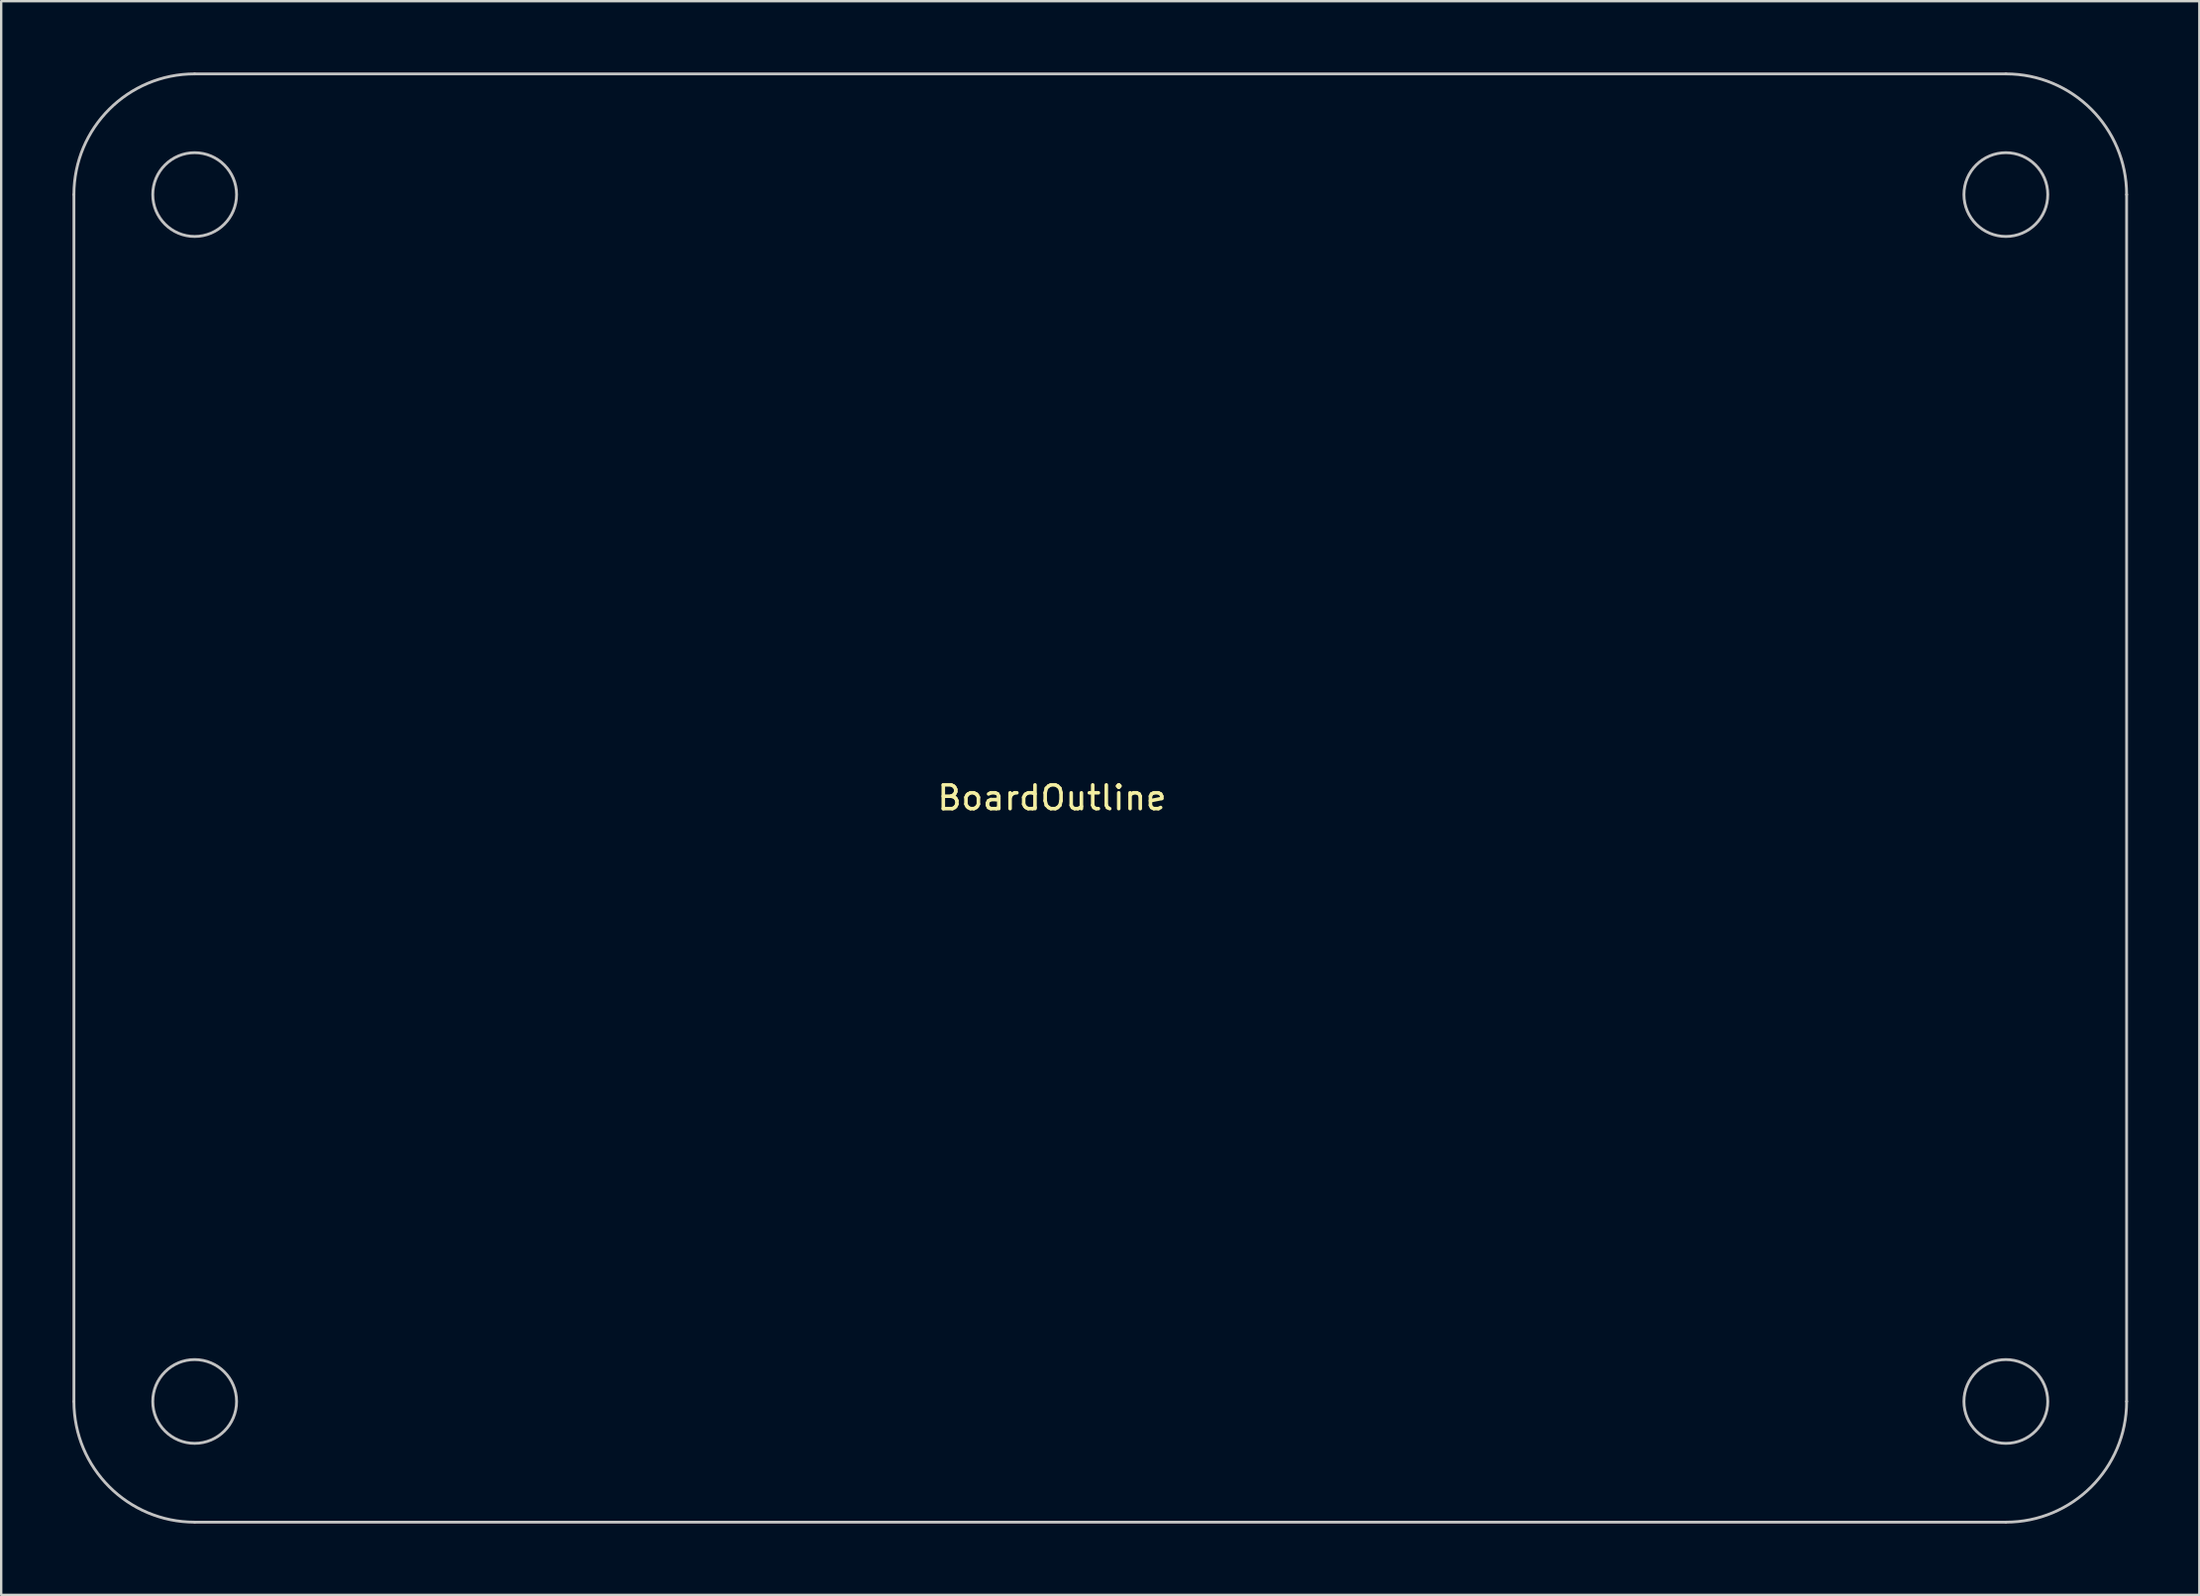
<source format=kicad_pcb>
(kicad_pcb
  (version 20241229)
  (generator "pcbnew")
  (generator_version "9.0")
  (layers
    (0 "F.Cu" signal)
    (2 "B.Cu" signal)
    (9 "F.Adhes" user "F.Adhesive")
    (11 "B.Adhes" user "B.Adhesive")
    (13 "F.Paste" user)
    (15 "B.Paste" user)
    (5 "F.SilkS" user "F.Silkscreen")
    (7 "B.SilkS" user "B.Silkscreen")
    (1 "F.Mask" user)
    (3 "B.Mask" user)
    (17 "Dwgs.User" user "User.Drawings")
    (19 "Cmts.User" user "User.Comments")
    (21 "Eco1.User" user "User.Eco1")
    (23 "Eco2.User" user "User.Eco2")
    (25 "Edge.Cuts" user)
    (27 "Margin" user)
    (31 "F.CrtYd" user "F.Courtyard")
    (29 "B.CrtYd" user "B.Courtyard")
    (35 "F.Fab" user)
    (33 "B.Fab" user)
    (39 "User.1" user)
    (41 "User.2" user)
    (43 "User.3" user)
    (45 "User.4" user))
  (footprint "BoardOutline"
    (layer "F.Cu")
    (at 41.208 30.032)
    (property "Reference" "BoardOutline" (at 0 0.5 0) (layer "F.SilkS") (effects (font (size 1 1) (thickness 0.15))))
    (attr through_hole)
    (fp_line (start -41.148 25.908) (end -41.148 -24.892) (stroke (width 0.12) (type solid)) (layer "Dwgs.User"))
    (fp_line (start -36.068 -29.972) (end 40.132 -29.972) (stroke (width 0.12) (type solid)) (layer "Dwgs.User"))
    (fp_line (start 40.132 30.988) (end -36.068 30.988) (stroke (width 0.12) (type solid)) (layer "Dwgs.User"))
    (fp_line (start 45.212 -24.892) (end 45.212 25.908) (stroke (width 0.12) (type solid)) (layer "Dwgs.User"))
    (fp_arc (start -41.148 -24.892) (mid -39.660102 -28.484102) (end -36.068 -29.972) (stroke (width 0.12) (type solid)) (layer "Dwgs.User"))
    (fp_arc (start -36.068 30.988) (mid -39.660102 29.500102) (end -41.148 25.908) (stroke (width 0.12) (type solid)) (layer "Dwgs.User"))
    (fp_arc (start 40.132 -29.972) (mid 43.724102 -28.484102) (end 45.212 -24.892) (stroke (width 0.12) (type solid)) (layer "Dwgs.User"))
    (fp_arc (start 45.212 25.908) (mid 43.724102 29.500102) (end 40.132 30.988) (stroke (width 0.12) (type solid)) (layer "Dwgs.User"))
    (fp_circle (center -36.068 -24.892) (end -34.305 -24.892) (stroke (width 0.12) (type solid)) (fill no) (layer "Dwgs.User"))
    (fp_circle (center -36.068 25.908) (end -34.305 25.908) (stroke (width 0.12) (type solid)) (fill no) (layer "Dwgs.User"))
    (fp_circle (center 40.132 -24.892) (end 41.895 -24.892) (stroke (width 0.12) (type solid)) (fill no) (layer "Dwgs.User"))
    (fp_circle (center 40.132 25.908) (end 41.895 25.908) (stroke (width 0.12) (type solid)) (fill no) (layer "Dwgs.User")))
  (gr_rect
    (start -3 -3)
    (end 89.48 64.08)
    (stroke (width 0.1) (type default))
    (fill no)
    (layer "Edge.Cuts")))
</source>
